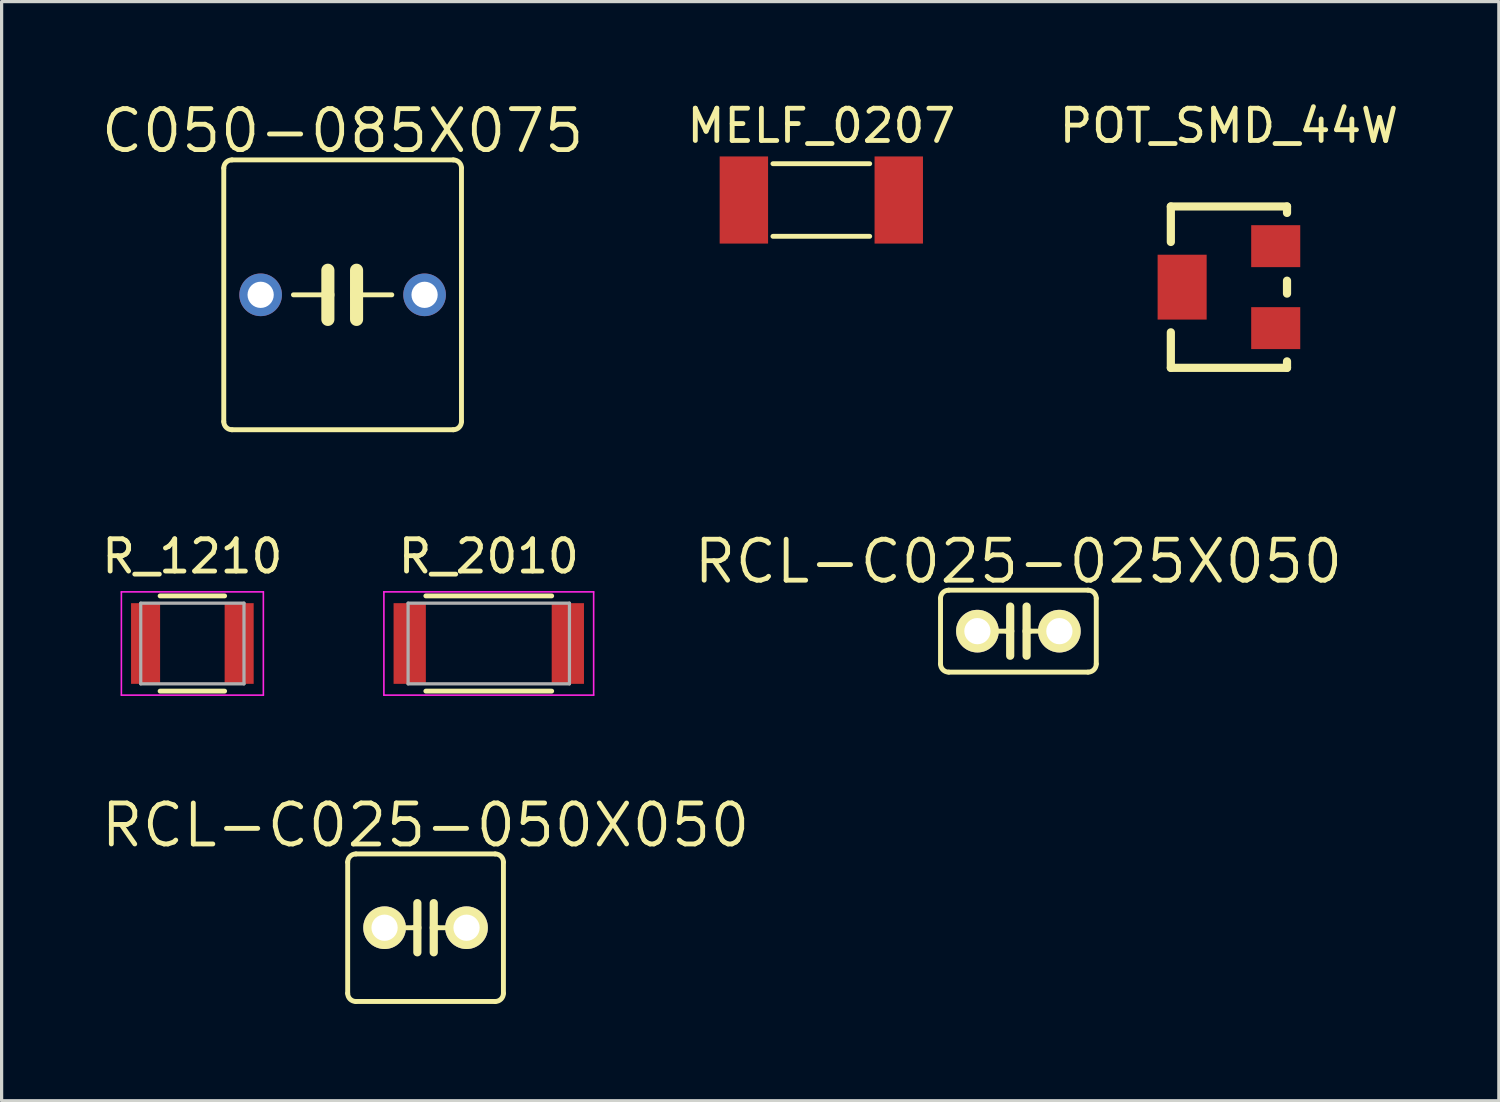
<source format=kicad_pcb>
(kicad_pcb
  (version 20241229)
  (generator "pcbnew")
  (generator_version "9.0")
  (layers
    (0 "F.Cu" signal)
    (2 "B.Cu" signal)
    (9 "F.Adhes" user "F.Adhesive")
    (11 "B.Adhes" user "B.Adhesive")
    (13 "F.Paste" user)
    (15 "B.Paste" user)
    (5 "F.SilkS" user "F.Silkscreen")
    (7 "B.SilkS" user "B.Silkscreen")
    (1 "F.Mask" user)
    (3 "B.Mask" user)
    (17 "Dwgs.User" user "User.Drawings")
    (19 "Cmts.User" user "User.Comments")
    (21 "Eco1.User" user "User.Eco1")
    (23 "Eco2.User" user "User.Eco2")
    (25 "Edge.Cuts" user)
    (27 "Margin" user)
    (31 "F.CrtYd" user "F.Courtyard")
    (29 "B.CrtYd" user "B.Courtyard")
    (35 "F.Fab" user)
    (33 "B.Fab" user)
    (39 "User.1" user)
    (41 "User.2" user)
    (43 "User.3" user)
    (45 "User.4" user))
  (footprint "POT_SMD_44W"
    (layer "F.Cu")
    (at 35.032 5.848)
    (property "Reference" "POT_SMD_44W" (at 0 -5 0) (layer "F.SilkS") (effects (font (size 1 1) (thickness 0.15))))
    (attr through_hole)
    (fp_line (start -1.8 -2.5) (end 1.8 -2.5) (stroke (width 0.254) (type solid)) (layer "F.SilkS"))
    (fp_line (start -1.8 -1.4) (end -1.8 -2.5) (stroke (width 0.254) (type solid)) (layer "F.SilkS"))
    (fp_line (start -1.8 2.5) (end -1.8 1.4) (stroke (width 0.254) (type solid)) (layer "F.SilkS"))
    (fp_line (start 1.8 -2.5) (end 1.8 -2.3) (stroke (width 0.254) (type solid)) (layer "F.SilkS"))
    (fp_line (start 1.8 -0.2) (end 1.8 0.2) (stroke (width 0.254) (type solid)) (layer "F.SilkS"))
    (fp_line (start 1.8 2.5) (end -1.8 2.5) (stroke (width 0.254) (type solid)) (layer "F.SilkS"))
    (fp_line (start 1.8 2.5) (end 1.8 2.3) (stroke (width 0.254) (type solid)) (layer "F.SilkS"))
    (pad "1" smd rect (at 1.45 -1.27) (size 1.52 1.3) (layers "F.Cu" "F.Mask" "F.Paste"))
    (pad "2" smd rect (at -1.45 0) (size 1.52 2.01) (layers "F.Cu" "F.Mask" "F.Paste"))
    (pad "3" smd rect (at 1.45 1.27) (size 1.52 1.3) (layers "F.Cu" "F.Mask" "F.Paste")))
  (footprint "C050-085X075"
    (layer "F.Cu")
    (at 7.567 6.086)
    (property "Reference" "C050-085X075" (at 0 -5.08 0) (layer "F.SilkS") (effects (font (size 1.27 1.27) (thickness 0.15))))
    (attr exclude_from_pos_files exclude_from_bom)
    (fp_line (start -3.683 -3.927) (end -3.683 3.927) (stroke (width 0.152) (type solid)) (layer "F.SilkS"))
    (fp_line (start -3.429 4.181) (end 3.429 4.181) (stroke (width 0.152) (type solid)) (layer "F.SilkS"))
    (fp_line (start -1.524 0) (end -0.457 0) (stroke (width 0.152) (type solid)) (layer "F.SilkS"))
    (fp_line (start -0.457 0) (end -0.457 -0.762) (stroke (width 0.406) (type solid)) (layer "F.SilkS"))
    (fp_line (start -0.457 0) (end -0.457 0.762) (stroke (width 0.406) (type solid)) (layer "F.SilkS"))
    (fp_line (start 0.432 -0.762) (end 0.432 0) (stroke (width 0.406) (type solid)) (layer "F.SilkS"))
    (fp_line (start 0.432 0) (end 0.432 0.762) (stroke (width 0.406) (type solid)) (layer "F.SilkS"))
    (fp_line (start 0.432 0) (end 1.524 0) (stroke (width 0.152) (type solid)) (layer "F.SilkS"))
    (fp_line (start 3.429 -4.181) (end -3.429 -4.181) (stroke (width 0.152) (type solid)) (layer "F.SilkS"))
    (fp_line (start 3.683 3.927) (end 3.683 -3.927) (stroke (width 0.152) (type solid)) (layer "F.SilkS"))
    (fp_arc (start -3.683 -3.92684) (mid -3.608605 -4.106445) (end -3.429 -4.18084) (stroke (width 0.1524) (type solid)) (layer "F.SilkS"))
    (fp_arc (start -3.429 4.18084) (mid -3.608605 4.106445) (end -3.683 3.92684) (stroke (width 0.1524) (type solid)) (layer "F.SilkS"))
    (fp_arc (start 3.429 -4.18084) (mid 3.608605 -4.106445) (end 3.683 -3.92684) (stroke (width 0.1524) (type solid)) (layer "F.SilkS"))
    (fp_arc (start 3.683 3.92684) (mid 3.608605 4.106445) (end 3.429 4.18084) (stroke (width 0.1524) (type solid)) (layer "F.SilkS"))
    (pad "1" thru_hole circle (at -2.54 0) (size 1.321 1.321) (drill 0.813) (layers "*.Cu" "*.Paste" "*.Mask"))
    (pad "2" thru_hole circle (at 2.54 0) (size 1.321 1.321) (drill 0.813) (layers "*.Cu" "*.Paste" "*.Mask")))
  (footprint "R_1210"
    (layer "F.Cu")
    (at 2.911 16.891)
    (property "Reference" "R_1210" (at 0 -2.7 0) (layer "F.SilkS") (effects (font (size 1 1) (thickness 0.15))))
    (attr smd)
    (fp_line (start -1 -1.475) (end 1 -1.475) (stroke (width 0.15) (type solid)) (layer "F.SilkS"))
    (fp_line (start 1 1.475) (end -1 1.475) (stroke (width 0.15) (type solid)) (layer "F.SilkS"))
    (fp_line (start -2.2 -1.6) (end -2.2 1.6) (stroke (width 0.05) (type solid)) (layer "F.CrtYd"))
    (fp_line (start -2.2 -1.6) (end 2.2 -1.6) (stroke (width 0.05) (type solid)) (layer "F.CrtYd"))
    (fp_line (start -2.2 1.6) (end 2.2 1.6) (stroke (width 0.05) (type solid)) (layer "F.CrtYd"))
    (fp_line (start 2.2 -1.6) (end 2.2 1.6) (stroke (width 0.05) (type solid)) (layer "F.CrtYd"))
    (fp_line (start -1.6 -1.25) (end 1.6 -1.25) (stroke (width 0.1) (type solid)) (layer "F.Fab"))
    (fp_line (start -1.6 1.25) (end -1.6 -1.25) (stroke (width 0.1) (type solid)) (layer "F.Fab"))
    (fp_line (start 1.6 -1.25) (end 1.6 1.25) (stroke (width 0.1) (type solid)) (layer "F.Fab"))
    (fp_line (start 1.6 1.25) (end -1.6 1.25) (stroke (width 0.1) (type solid)) (layer "F.Fab"))
    (pad "1" smd rect (at -1.45 0) (size 0.9 2.5) (layers "F.Cu" "F.Mask" "F.Paste"))
    (pad "2" smd rect (at 1.45 0) (size 0.9 2.5) (layers "F.Cu" "F.Mask" "F.Paste")))
  (footprint "RCL-C025-025X050"
    (layer "F.Cu")
    (at 28.508 16.508)
    (property "Reference" "RCL-C025-025X050" (at 0 -2.159 0) (layer "F.SilkS") (effects (font (size 1.27 1.27) (thickness 0.15))))
    (attr exclude_from_pos_files exclude_from_bom)
    (fp_line (start -2.413 -1.016) (end -2.413 1.016) (stroke (width 0.152) (type solid)) (layer "F.SilkS"))
    (fp_line (start -2.159 -1.27) (end 2.159 -1.27) (stroke (width 0.152) (type solid)) (layer "F.SilkS"))
    (fp_line (start -0.381 0) (end -0.762 0) (stroke (width 0.152) (type solid)) (layer "F.SilkS"))
    (fp_line (start -0.254 -0.762) (end -0.254 0) (stroke (width 0.254) (type solid)) (layer "F.SilkS"))
    (fp_line (start -0.254 0) (end -0.381 0) (stroke (width 0.152) (type solid)) (layer "F.SilkS"))
    (fp_line (start -0.254 0) (end -0.254 0.762) (stroke (width 0.254) (type solid)) (layer "F.SilkS"))
    (fp_line (start 0.254 0) (end 0.254 -0.762) (stroke (width 0.254) (type solid)) (layer "F.SilkS"))
    (fp_line (start 0.254 0) (end 0.254 0.762) (stroke (width 0.254) (type solid)) (layer "F.SilkS"))
    (fp_line (start 0.381 0) (end 0.254 0) (stroke (width 0.152) (type solid)) (layer "F.SilkS"))
    (fp_line (start 0.762 0) (end 0.381 0) (stroke (width 0.152) (type solid)) (layer "F.SilkS"))
    (fp_line (start 2.159 1.27) (end -2.159 1.27) (stroke (width 0.152) (type solid)) (layer "F.SilkS"))
    (fp_line (start 2.413 -1.016) (end 2.413 1.016) (stroke (width 0.152) (type solid)) (layer "F.SilkS"))
    (fp_arc (start -2.413 -1.016) (mid -2.338605 -1.195605) (end -2.159 -1.27) (stroke (width 0.1524) (type solid)) (layer "F.SilkS"))
    (fp_arc (start -2.159 1.27) (mid -2.338605 1.195605) (end -2.413 1.016) (stroke (width 0.1524) (type solid)) (layer "F.SilkS"))
    (fp_arc (start 2.159 -1.27) (mid 2.338605 -1.195605) (end 2.413 -1.016) (stroke (width 0.1524) (type solid)) (layer "F.SilkS"))
    (fp_arc (start 2.413 1.016) (mid 2.338605 1.195605) (end 2.159 1.27) (stroke (width 0.1524) (type solid)) (layer "F.SilkS"))
    (pad "1" thru_hole circle (at -1.27 0) (size 1.321 1.321) (drill 0.813) (layers "*.Cu" "F.Mask" "F.SilkS" "F.Paste"))
    (pad "2" thru_hole circle (at 1.27 0) (size 1.321 1.321) (drill 0.813) (layers "*.Cu" "F.Mask" "F.SilkS" "F.Paste")))
  (footprint "MELF_0207"
    (layer "F.Cu")
    (at 22.401 3.148)
    (property "Reference" "MELF_0207" (at 0 -2.3 0) (layer "F.SilkS") (effects (font (size 1 1) (thickness 0.15))))
    (attr through_hole)
    (fp_line (start -1.5 -1.125) (end 1.5 -1.125) (stroke (width 0.15) (type solid)) (layer "F.SilkS"))
    (fp_line (start -1.5 1.125) (end 1.5 1.125) (stroke (width 0.15) (type solid)) (layer "F.SilkS"))
    (pad "1" smd rect (at -2.4 0) (size 1.5 2.7) (layers "F.Cu" "F.Mask" "F.Paste"))
    (pad "2" smd rect (at 2.4 0) (size 1.5 2.7) (layers "F.Cu" "F.Mask" "F.Paste")))
  (footprint "R_2010"
    (layer "F.Cu")
    (at 12.096 16.891)
    (property "Reference" "R_2010" (at 0 -2.7 0) (layer "F.SilkS") (effects (font (size 1 1) (thickness 0.15))))
    (attr smd)
    (fp_line (start -1.95 -1.475) (end 1.95 -1.475) (stroke (width 0.15) (type solid)) (layer "F.SilkS"))
    (fp_line (start 1.95 1.475) (end -1.95 1.475) (stroke (width 0.15) (type solid)) (layer "F.SilkS"))
    (fp_line (start -3.25 -1.6) (end -3.25 1.6) (stroke (width 0.05) (type solid)) (layer "F.CrtYd"))
    (fp_line (start -3.25 -1.6) (end 3.25 -1.6) (stroke (width 0.05) (type solid)) (layer "F.CrtYd"))
    (fp_line (start -3.25 1.6) (end 3.25 1.6) (stroke (width 0.05) (type solid)) (layer "F.CrtYd"))
    (fp_line (start 3.25 -1.6) (end 3.25 1.6) (stroke (width 0.05) (type solid)) (layer "F.CrtYd"))
    (fp_line (start -2.5 -1.25) (end 2.5 -1.25) (stroke (width 0.1) (type solid)) (layer "F.Fab"))
    (fp_line (start -2.5 1.25) (end -2.5 -1.25) (stroke (width 0.1) (type solid)) (layer "F.Fab"))
    (fp_line (start 2.5 -1.25) (end 2.5 1.25) (stroke (width 0.1) (type solid)) (layer "F.Fab"))
    (fp_line (start 2.5 1.25) (end -2.5 1.25) (stroke (width 0.1) (type solid)) (layer "F.Fab"))
    (pad "1" smd rect (at -2.45 0) (size 1 2.5) (layers "F.Cu" "F.Mask" "F.Paste"))
    (pad "2" smd rect (at 2.45 0) (size 1 2.5) (layers "F.Cu" "F.Mask" "F.Paste")))
  (footprint "RCL-C025-050X050"
    (layer "F.Cu")
    (at 10.137 25.698)
    (property "Reference" "RCL-C025-050X050" (at 0 -3.175 0) (layer "F.SilkS") (effects (font (size 1.27 1.27) (thickness 0.15))))
    (attr exclude_from_pos_files exclude_from_bom)
    (fp_line (start -2.413 -2.032) (end -2.413 2.032) (stroke (width 0.152) (type solid)) (layer "F.SilkS"))
    (fp_line (start -2.159 -2.286) (end 2.159 -2.286) (stroke (width 0.152) (type solid)) (layer "F.SilkS"))
    (fp_line (start -0.381 0) (end -0.762 0) (stroke (width 0.152) (type solid)) (layer "F.SilkS"))
    (fp_line (start -0.254 -0.762) (end -0.254 0) (stroke (width 0.254) (type solid)) (layer "F.SilkS"))
    (fp_line (start -0.254 0) (end -0.381 0) (stroke (width 0.152) (type solid)) (layer "F.SilkS"))
    (fp_line (start -0.254 0) (end -0.254 0.762) (stroke (width 0.254) (type solid)) (layer "F.SilkS"))
    (fp_line (start 0.254 0) (end 0.254 -0.762) (stroke (width 0.254) (type solid)) (layer "F.SilkS"))
    (fp_line (start 0.254 0) (end 0.254 0.762) (stroke (width 0.254) (type solid)) (layer "F.SilkS"))
    (fp_line (start 0.381 0) (end 0.254 0) (stroke (width 0.152) (type solid)) (layer "F.SilkS"))
    (fp_line (start 0.762 0) (end 0.381 0) (stroke (width 0.152) (type solid)) (layer "F.SilkS"))
    (fp_line (start 2.159 2.286) (end -2.159 2.286) (stroke (width 0.152) (type solid)) (layer "F.SilkS"))
    (fp_line (start 2.413 -2.032) (end 2.413 2.032) (stroke (width 0.152) (type solid)) (layer "F.SilkS"))
    (fp_arc (start -2.413 -2.032) (mid -2.338605 -2.211605) (end -2.159 -2.286) (stroke (width 0.1524) (type solid)) (layer "F.SilkS"))
    (fp_arc (start -2.159 2.286) (mid -2.338605 2.211605) (end -2.413 2.032) (stroke (width 0.1524) (type solid)) (layer "F.SilkS"))
    (fp_arc (start 2.159 -2.286) (mid 2.338605 -2.211605) (end 2.413 -2.032) (stroke (width 0.1524) (type solid)) (layer "F.SilkS"))
    (fp_arc (start 2.413 2.032) (mid 2.338605 2.211605) (end 2.159 2.286) (stroke (width 0.1524) (type solid)) (layer "F.SilkS"))
    (pad "1" thru_hole circle (at -1.27 0) (size 1.321 1.321) (drill 0.813) (layers "*.Cu" "F.Mask" "F.SilkS" "F.Paste"))
    (pad "2" thru_hole circle (at 1.27 0) (size 1.321 1.321) (drill 0.813) (layers "*.Cu" "F.Mask" "F.SilkS" "F.Paste")))
  (gr_rect
    (start -3 -3)
    (end 43.396 31.06)
    (stroke (width 0.1) (type default))
    (fill no)
    (layer "Edge.Cuts")))
</source>
